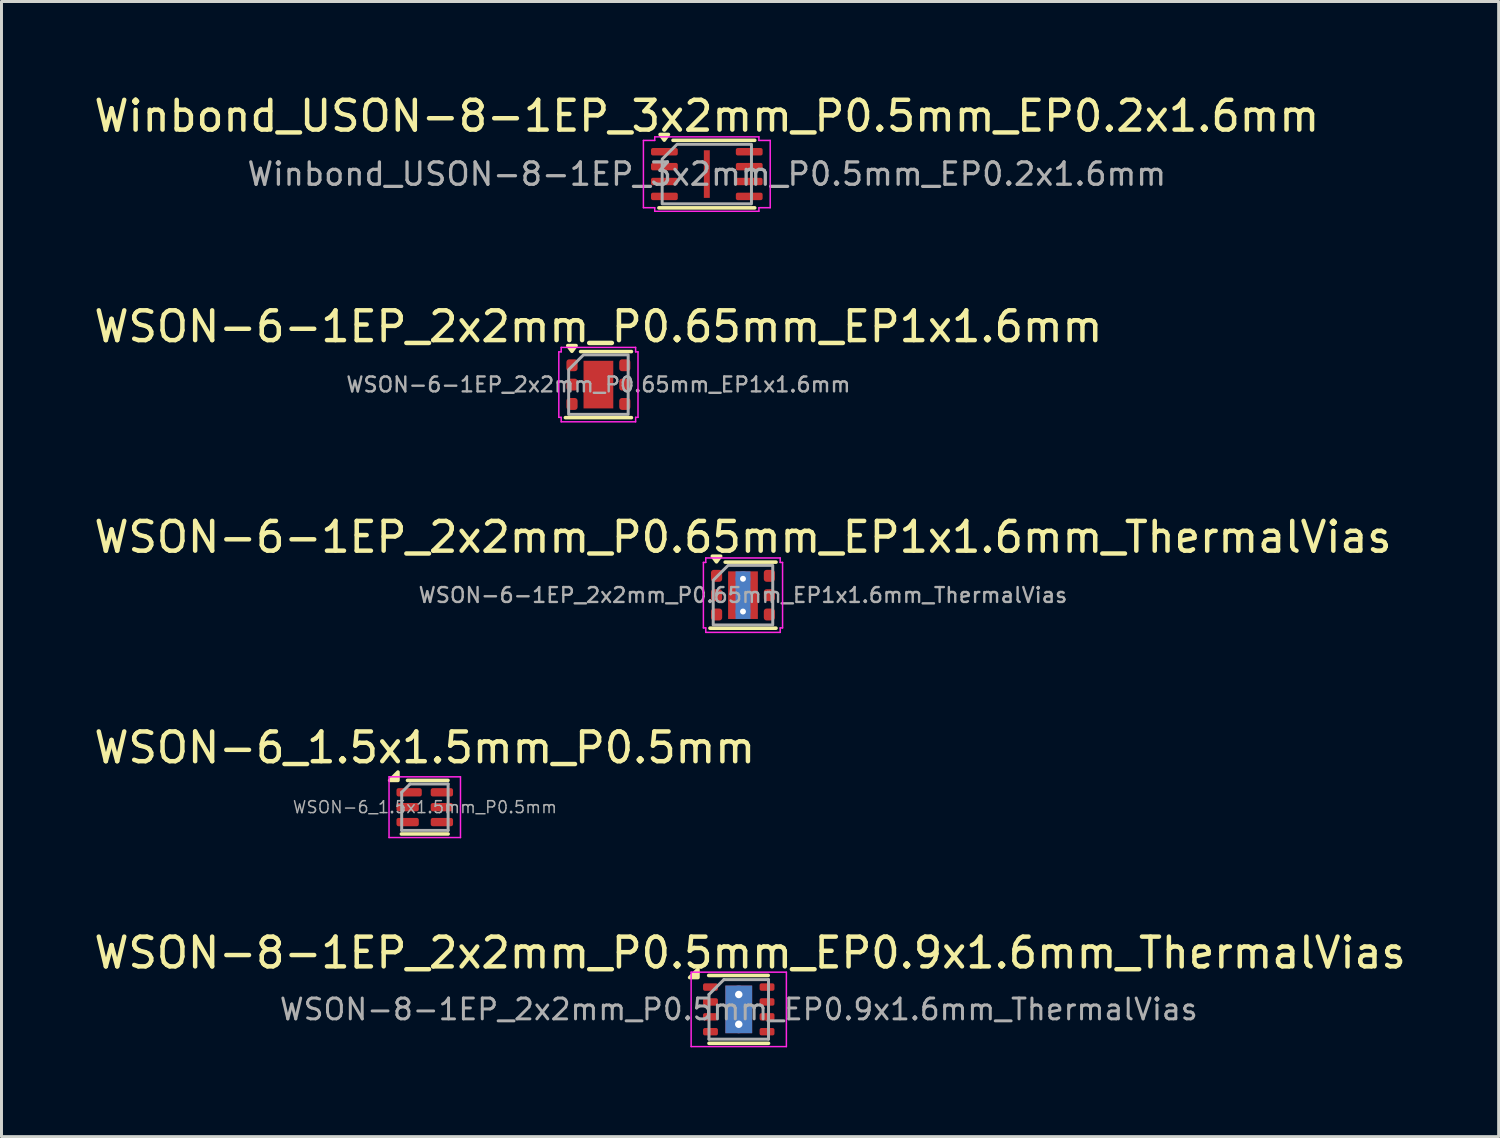
<source format=kicad_pcb>
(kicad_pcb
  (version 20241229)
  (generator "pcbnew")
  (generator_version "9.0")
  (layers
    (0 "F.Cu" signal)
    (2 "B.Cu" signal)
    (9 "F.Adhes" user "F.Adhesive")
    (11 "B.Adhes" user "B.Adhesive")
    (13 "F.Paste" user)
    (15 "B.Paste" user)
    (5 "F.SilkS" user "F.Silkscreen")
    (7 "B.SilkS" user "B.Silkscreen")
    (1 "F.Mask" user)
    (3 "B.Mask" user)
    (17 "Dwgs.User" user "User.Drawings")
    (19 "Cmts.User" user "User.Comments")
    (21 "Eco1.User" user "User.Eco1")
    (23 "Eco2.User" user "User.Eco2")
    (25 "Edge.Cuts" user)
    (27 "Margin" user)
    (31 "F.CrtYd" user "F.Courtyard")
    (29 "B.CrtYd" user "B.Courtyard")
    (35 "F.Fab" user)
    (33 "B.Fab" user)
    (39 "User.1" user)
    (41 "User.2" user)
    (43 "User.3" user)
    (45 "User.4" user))
  (footprint "Winbond_USON-8-1EP_3x2mm_P0.5mm_EP0.2x1.6mm"
    (layer "F.Cu")
    (at 20.696 2.798)
    (property "Reference" "Winbond_USON-8-1EP_3x2mm_P0.5mm_EP0.2x1.6mm" (at 0 -1.95 0) (layer "F.SilkS") (effects (font (size 1 1) (thickness 0.15))))
    (attr smd)
    (fp_line (start -1.136 -1.135) (end 1.61 -1.135) (stroke (width 0.12) (type solid)) (layer "F.SilkS"))
    (fp_line (start 1.61 1.135) (end -1.61 1.135) (stroke (width 0.12) (type solid)) (layer "F.SilkS"))
    (fp_poly (pts (xy -1.43 -1.14) (xy -1.57 -1.33) (xy -1.29 -1.33)) (stroke (width 0.12) (type solid)) (fill yes) (layer "F.SilkS"))
    (fp_line (start -2.13 -1.13) (end -1.75 -1.13) (stroke (width 0.05) (type solid)) (layer "F.CrtYd"))
    (fp_line (start -2.13 1.13) (end -2.13 -1.13) (stroke (width 0.05) (type solid)) (layer "F.CrtYd"))
    (fp_line (start -1.75 -1.25) (end 1.75 -1.25) (stroke (width 0.05) (type solid)) (layer "F.CrtYd"))
    (fp_line (start -1.75 -1.13) (end -1.75 -1.25) (stroke (width 0.05) (type solid)) (layer "F.CrtYd"))
    (fp_line (start -1.75 1.13) (end -2.13 1.13) (stroke (width 0.05) (type solid)) (layer "F.CrtYd"))
    (fp_line (start -1.75 1.25) (end -1.75 1.13) (stroke (width 0.05) (type solid)) (layer "F.CrtYd"))
    (fp_line (start 1.75 -1.25) (end 1.75 -1.13) (stroke (width 0.05) (type solid)) (layer "F.CrtYd"))
    (fp_line (start 1.75 -1.13) (end 2.13 -1.13) (stroke (width 0.05) (type solid)) (layer "F.CrtYd"))
    (fp_line (start 1.75 1.13) (end 1.75 1.25) (stroke (width 0.05) (type solid)) (layer "F.CrtYd"))
    (fp_line (start 1.75 1.25) (end -1.75 1.25) (stroke (width 0.05) (type solid)) (layer "F.CrtYd"))
    (fp_line (start 2.13 -1.13) (end 2.13 1.13) (stroke (width 0.05) (type solid)) (layer "F.CrtYd"))
    (fp_line (start 2.13 1.13) (end 1.75 1.13) (stroke (width 0.05) (type solid)) (layer "F.CrtYd"))
    (fp_poly (pts (xy -1.5 -0.5) (xy -1.5 1) (xy 1.5 1) (xy 1.5 -1) (xy -1 -1)) (stroke (width 0.1) (type solid)) (fill no) (layer "F.Fab"))
    (fp_text user "${REFERENCE}" (at 0 0 0) (layer "F.Fab") (effects (font (size 0.75 0.75) (thickness 0.11))))
    (pad "" smd roundrect (at 0 0) (size 0.16 1.29) (layers "F.Paste") (roundrect_rratio 0.25))
    (pad "1" smd roundrect (at -1.425 -0.75) (size 0.9 0.25) (layers "F.Cu" "F.Mask" "F.Paste") (roundrect_rratio 0.25))
    (pad "2" smd roundrect (at -1.425 -0.25) (size 0.9 0.25) (layers "F.Cu" "F.Mask" "F.Paste") (roundrect_rratio 0.25))
    (pad "3" smd roundrect (at -1.425 0.25) (size 0.9 0.25) (layers "F.Cu" "F.Mask" "F.Paste") (roundrect_rratio 0.25))
    (pad "4" smd roundrect (at -1.425 0.75) (size 0.9 0.25) (layers "F.Cu" "F.Mask" "F.Paste") (roundrect_rratio 0.25))
    (pad "5" smd roundrect (at 1.425 0.75) (size 0.9 0.25) (layers "F.Cu" "F.Mask" "F.Paste") (roundrect_rratio 0.25))
    (pad "6" smd roundrect (at 1.425 0.25) (size 0.9 0.25) (layers "F.Cu" "F.Mask" "F.Paste") (roundrect_rratio 0.25))
    (pad "7" smd roundrect (at 1.425 -0.25) (size 0.9 0.25) (layers "F.Cu" "F.Mask" "F.Paste") (roundrect_rratio 0.25))
    (pad "8" smd roundrect (at 1.425 -0.75) (size 0.9 0.25) (layers "F.Cu" "F.Mask" "F.Paste") (roundrect_rratio 0.25))
    (pad "9" smd rect (at 0 0) (size 0.2 1.6) (property pad_prop_heatsink) (layers "F.Cu" "F.Mask")))
  (footprint "WSON-6-1EP_2x2mm_P0.65mm_EP1x1.6mm_ThermalVias"
    (layer "F.Cu")
    (at 21.911 16.945)
    (property "Reference" "WSON-6-1EP_2x2mm_P0.65mm_EP1x1.6mm_ThermalVias" (at 0 -1.95 0) (layer "F.SilkS") (effects (font (size 1 1) (thickness 0.15))))
    (attr smd)
    (fp_line (start -0.599 -1.11) (end 1.11 -1.11) (stroke (width 0.12) (type solid)) (layer "F.SilkS"))
    (fp_line (start 1.11 1.11) (end -1.11 1.11) (stroke (width 0.12) (type solid)) (layer "F.SilkS"))
    (fp_poly (pts (xy -0.89 -1.12) (xy -1.03 -1.31) (xy -0.75 -1.31)) (stroke (width 0.12) (type solid)) (fill yes) (layer "F.SilkS"))
    (fp_line (start -1.33 -1.1) (end -1.25 -1.1) (stroke (width 0.05) (type solid)) (layer "F.CrtYd"))
    (fp_line (start -1.33 1.1) (end -1.33 -1.1) (stroke (width 0.05) (type solid)) (layer "F.CrtYd"))
    (fp_line (start -1.25 -1.25) (end 1.25 -1.25) (stroke (width 0.05) (type solid)) (layer "F.CrtYd"))
    (fp_line (start -1.25 -1.1) (end -1.25 -1.25) (stroke (width 0.05) (type solid)) (layer "F.CrtYd"))
    (fp_line (start -1.25 1.1) (end -1.33 1.1) (stroke (width 0.05) (type solid)) (layer "F.CrtYd"))
    (fp_line (start -1.25 1.25) (end -1.25 1.1) (stroke (width 0.05) (type solid)) (layer "F.CrtYd"))
    (fp_line (start 1.25 -1.25) (end 1.25 -1.1) (stroke (width 0.05) (type solid)) (layer "F.CrtYd"))
    (fp_line (start 1.25 -1.1) (end 1.33 -1.1) (stroke (width 0.05) (type solid)) (layer "F.CrtYd"))
    (fp_line (start 1.25 1.1) (end 1.25 1.25) (stroke (width 0.05) (type solid)) (layer "F.CrtYd"))
    (fp_line (start 1.25 1.25) (end -1.25 1.25) (stroke (width 0.05) (type solid)) (layer "F.CrtYd"))
    (fp_line (start 1.33 -1.1) (end 1.33 1.1) (stroke (width 0.05) (type solid)) (layer "F.CrtYd"))
    (fp_line (start 1.33 1.1) (end 1.25 1.1) (stroke (width 0.05) (type solid)) (layer "F.CrtYd"))
    (fp_poly (pts (xy -1 -0.5) (xy -1 1) (xy 1 1) (xy 1 -1) (xy -0.5 -1)) (stroke (width 0.1) (type solid)) (fill no) (layer "F.Fab"))
    (fp_text user "${REFERENCE}" (at 0 0 0) (layer "F.Fab") (effects (font (size 0.5 0.5) (thickness 0.08))))
    (pad "" smd roundrect (at 0 -0.4) (size 0.87 0.69) (layers "F.Paste") (roundrect_rratio 0.25))
    (pad "" smd roundrect (at 0 0.4) (size 0.87 0.69) (layers "F.Paste") (roundrect_rratio 0.25))
    (pad "1" smd roundrect (at -0.887 -0.65) (size 0.375 0.4) (layers "F.Cu" "F.Mask" "F.Paste") (roundrect_rratio 0.25))
    (pad "2" smd roundrect (at -0.887 0) (size 0.375 0.4) (layers "F.Cu" "F.Mask" "F.Paste") (roundrect_rratio 0.25))
    (pad "3" smd roundrect (at -0.887 0.65) (size 0.375 0.4) (layers "F.Cu" "F.Mask" "F.Paste") (roundrect_rratio 0.25))
    (pad "4" smd roundrect (at 0.887 0.65) (size 0.375 0.4) (layers "F.Cu" "F.Mask" "F.Paste") (roundrect_rratio 0.25))
    (pad "5" smd roundrect (at 0.887 0) (size 0.375 0.4) (layers "F.Cu" "F.Mask" "F.Paste") (roundrect_rratio 0.25))
    (pad "6" smd roundrect (at 0.887 -0.65) (size 0.375 0.4) (layers "F.Cu" "F.Mask" "F.Paste") (roundrect_rratio 0.25))
    (pad "7" thru_hole circle (at 0 -0.55) (size 0.5 0.5) (drill 0.2) (property pad_prop_heatsink) (layers "*.Cu"))
    (pad "7" smd rect (at 0 0) (size 0.5 1.6) (property pad_prop_heatsink) (layers "B.Cu"))
    (pad "7" smd rect (at 0 0) (size 1 1.6) (property pad_prop_heatsink) (layers "F.Cu" "F.Mask"))
    (pad "7" thru_hole circle (at 0 0.55) (size 0.5 0.5) (drill 0.2) (property pad_prop_heatsink) (layers "*.Cu")))
  (footprint "WSON-8-1EP_2x2mm_P0.5mm_EP0.9x1.6mm_ThermalVias"
    (layer "F.Cu")
    (at 21.769 30.861)
    (property "Reference" "WSON-8-1EP_2x2mm_P0.5mm_EP0.9x1.6mm_ThermalVias" (at 0.38 -1.9 0) (layer "F.SilkS") (effects (font (size 1 1) (thickness 0.15))))
    (attr smd)
    (fp_line (start -1.01 -1.14) (end 0.99 -1.14) (stroke (width 0.12) (type solid)) (layer "F.SilkS"))
    (fp_line (start -1 1.14) (end 1 1.14) (stroke (width 0.12) (type solid)) (layer "F.SilkS"))
    (fp_poly (pts (xy -1.37 -1.07) (xy -1.65 -1.07) (xy -1.37 -1.35) (xy -1.37 -1.07)) (stroke (width 0.12) (type solid)) (fill yes) (layer "F.SilkS"))
    (fp_line (start -1.6 -1.25) (end -1.6 1.25) (stroke (width 0.05) (type solid)) (layer "F.CrtYd"))
    (fp_line (start -1.6 -1.25) (end 1.6 -1.25) (stroke (width 0.05) (type solid)) (layer "F.CrtYd"))
    (fp_line (start -1.6 1.25) (end 1.6 1.25) (stroke (width 0.05) (type solid)) (layer "F.CrtYd"))
    (fp_line (start 1.6 -1.25) (end 1.6 1.25) (stroke (width 0.05) (type solid)) (layer "F.CrtYd"))
    (fp_line (start -1 1) (end -1 -0.5) (stroke (width 0.1) (type solid)) (layer "F.Fab"))
    (fp_line (start -0.5 -1) (end -1 -0.5) (stroke (width 0.1) (type solid)) (layer "F.Fab"))
    (fp_line (start -0.5 -1) (end 1 -1) (stroke (width 0.1) (type solid)) (layer "F.Fab"))
    (fp_line (start 1 -1) (end 1 1) (stroke (width 0.1) (type solid)) (layer "F.Fab"))
    (fp_line (start 1 1) (end -1 1) (stroke (width 0.1) (type solid)) (layer "F.Fab"))
    (fp_text user "${REFERENCE}" (at 0 0 0) (layer "F.Fab") (effects (font (size 0.7 0.7) (thickness 0.1))))
    (pad "" smd rect (at 0 -0.4) (size 0.75 0.65) (layers "F.Paste"))
    (pad "" smd rect (at 0 0.4) (size 0.75 0.65) (layers "F.Paste"))
    (pad "1" smd roundrect (at -0.95 -0.75) (size 0.5 0.25) (layers "F.Cu" "F.Mask" "F.Paste") (roundrect_rratio 0.25))
    (pad "2" smd roundrect (at -0.95 -0.25) (size 0.5 0.25) (layers "F.Cu" "F.Mask" "F.Paste") (roundrect_rratio 0.25))
    (pad "3" smd roundrect (at -0.95 0.25) (size 0.5 0.25) (layers "F.Cu" "F.Mask" "F.Paste") (roundrect_rratio 0.25))
    (pad "4" smd roundrect (at -0.95 0.75) (size 0.5 0.25) (layers "F.Cu" "F.Mask" "F.Paste") (roundrect_rratio 0.25))
    (pad "5" smd roundrect (at 0.95 0.75) (size 0.5 0.25) (layers "F.Cu" "F.Mask" "F.Paste") (roundrect_rratio 0.25))
    (pad "6" smd roundrect (at 0.95 0.25) (size 0.5 0.25) (layers "F.Cu" "F.Mask" "F.Paste") (roundrect_rratio 0.25))
    (pad "7" smd roundrect (at 0.95 -0.25) (size 0.5 0.25) (layers "F.Cu" "F.Mask" "F.Paste") (roundrect_rratio 0.25))
    (pad "8" smd roundrect (at 0.95 -0.75) (size 0.5 0.25) (layers "F.Cu" "F.Mask" "F.Paste") (roundrect_rratio 0.25))
    (pad "9" thru_hole circle (at 0 -0.5) (size 0.6 0.6) (drill 0.25) (property pad_prop_heatsink) (layers "*.Cu"))
    (pad "9" smd rect (at 0 0) (size 0.9 1.6) (layers "F.Cu" "F.Mask"))
    (pad "9" smd rect (at 0 0) (size 0.9 1.6) (layers "B.Cu"))
    (pad "9" thru_hole circle (at 0 0.5) (size 0.6 0.6) (drill 0.25) (property pad_prop_heatsink) (layers "*.Cu")))
  (footprint "WSON-6-1EP_2x2mm_P0.65mm_EP1x1.6mm"
    (layer "F.Cu")
    (at 17.054 9.871)
    (property "Reference" "WSON-6-1EP_2x2mm_P0.65mm_EP1x1.6mm" (at 0 -1.95 0) (layer "F.SilkS") (effects (font (size 1 1) (thickness 0.15))))
    (attr smd)
    (fp_line (start -0.599 -1.11) (end 1.11 -1.11) (stroke (width 0.12) (type solid)) (layer "F.SilkS"))
    (fp_line (start 1.11 1.11) (end -1.11 1.11) (stroke (width 0.12) (type solid)) (layer "F.SilkS"))
    (fp_poly (pts (xy -0.89 -1.12) (xy -1.03 -1.31) (xy -0.75 -1.31)) (stroke (width 0.12) (type solid)) (fill yes) (layer "F.SilkS"))
    (fp_line (start -1.33 -1.1) (end -1.25 -1.1) (stroke (width 0.05) (type solid)) (layer "F.CrtYd"))
    (fp_line (start -1.33 1.1) (end -1.33 -1.1) (stroke (width 0.05) (type solid)) (layer "F.CrtYd"))
    (fp_line (start -1.25 -1.25) (end 1.25 -1.25) (stroke (width 0.05) (type solid)) (layer "F.CrtYd"))
    (fp_line (start -1.25 -1.1) (end -1.25 -1.25) (stroke (width 0.05) (type solid)) (layer "F.CrtYd"))
    (fp_line (start -1.25 1.1) (end -1.33 1.1) (stroke (width 0.05) (type solid)) (layer "F.CrtYd"))
    (fp_line (start -1.25 1.25) (end -1.25 1.1) (stroke (width 0.05) (type solid)) (layer "F.CrtYd"))
    (fp_line (start 1.25 -1.25) (end 1.25 -1.1) (stroke (width 0.05) (type solid)) (layer "F.CrtYd"))
    (fp_line (start 1.25 -1.1) (end 1.33 -1.1) (stroke (width 0.05) (type solid)) (layer "F.CrtYd"))
    (fp_line (start 1.25 1.1) (end 1.25 1.25) (stroke (width 0.05) (type solid)) (layer "F.CrtYd"))
    (fp_line (start 1.25 1.25) (end -1.25 1.25) (stroke (width 0.05) (type solid)) (layer "F.CrtYd"))
    (fp_line (start 1.33 -1.1) (end 1.33 1.1) (stroke (width 0.05) (type solid)) (layer "F.CrtYd"))
    (fp_line (start 1.33 1.1) (end 1.25 1.1) (stroke (width 0.05) (type solid)) (layer "F.CrtYd"))
    (fp_poly (pts (xy -1 -0.5) (xy -1 1) (xy 1 1) (xy 1 -1) (xy -0.5 -1)) (stroke (width 0.1) (type solid)) (fill no) (layer "F.Fab"))
    (fp_text user "${REFERENCE}" (at 0 0 0) (layer "F.Fab") (effects (font (size 0.5 0.5) (thickness 0.08))))
    (pad "" smd roundrect (at 0 -0.4) (size 0.81 0.64) (layers "F.Paste") (roundrect_rratio 0.25))
    (pad "" smd roundrect (at 0 0.4) (size 0.81 0.64) (layers "F.Paste") (roundrect_rratio 0.25))
    (pad "1" smd roundrect (at -0.887 -0.65) (size 0.375 0.4) (layers "F.Cu" "F.Mask" "F.Paste") (roundrect_rratio 0.25))
    (pad "2" smd roundrect (at -0.887 0) (size 0.375 0.4) (layers "F.Cu" "F.Mask" "F.Paste") (roundrect_rratio 0.25))
    (pad "3" smd roundrect (at -0.887 0.65) (size 0.375 0.4) (layers "F.Cu" "F.Mask" "F.Paste") (roundrect_rratio 0.25))
    (pad "4" smd roundrect (at 0.887 0.65) (size 0.375 0.4) (layers "F.Cu" "F.Mask" "F.Paste") (roundrect_rratio 0.25))
    (pad "5" smd roundrect (at 0.887 0) (size 0.375 0.4) (layers "F.Cu" "F.Mask" "F.Paste") (roundrect_rratio 0.25))
    (pad "6" smd roundrect (at 0.887 -0.65) (size 0.375 0.4) (layers "F.Cu" "F.Mask" "F.Paste") (roundrect_rratio 0.25))
    (pad "7" smd rect (at 0 0) (size 1 1.6) (property pad_prop_heatsink) (layers "F.Cu" "F.Mask")))
  (footprint "WSON-6_1.5x1.5mm_P0.5mm"
    (layer "F.Cu")
    (at 11.22 24.068)
    (property "Reference" "WSON-6_1.5x1.5mm_P0.5mm" (at 0 -2 0) (layer "F.SilkS") (effects (font (size 1 1) (thickness 0.15))))
    (attr smd)
    (fp_line (start -0.785 0.9) (end 0.785 0.9) (stroke (width 0.12) (type solid)) (layer "F.SilkS"))
    (fp_line (start -0.58 -0.9) (end 0.78 -0.9) (stroke (width 0.12) (type solid)) (layer "F.SilkS"))
    (fp_poly (pts (xy -0.9 -0.9) (xy -1.18 -0.9) (xy -0.9 -1.18) (xy -0.9 -0.9)) (stroke (width 0.12) (type solid)) (fill yes) (layer "F.SilkS"))
    (fp_line (start -1.2 1.02) (end -1.2 -1.02) (stroke (width 0.05) (type solid)) (layer "F.CrtYd"))
    (fp_line (start -1.2 1.02) (end 1.2 1.02) (stroke (width 0.05) (type solid)) (layer "F.CrtYd"))
    (fp_line (start 1.2 -1.02) (end -1.2 -1.02) (stroke (width 0.05) (type solid)) (layer "F.CrtYd"))
    (fp_line (start 1.2 -1.02) (end 1.2 1.02) (stroke (width 0.05) (type solid)) (layer "F.CrtYd"))
    (fp_line (start -0.775 -0.5) (end -0.775 0.78) (stroke (width 0.1) (type solid)) (layer "F.Fab"))
    (fp_line (start -0.775 0.78) (end 0.785 0.78) (stroke (width 0.1) (type solid)) (layer "F.Fab"))
    (fp_line (start -0.495 -0.78) (end -0.775 -0.5) (stroke (width 0.1) (type solid)) (layer "F.Fab"))
    (fp_line (start 0.785 -0.78) (end -0.495 -0.78) (stroke (width 0.1) (type solid)) (layer "F.Fab"))
    (fp_line (start 0.785 -0.78) (end 0.785 0.78) (stroke (width 0.1) (type solid)) (layer "F.Fab"))
    (fp_text user "${REFERENCE}" (at 0.005 0 0) (layer "F.Fab") (effects (font (size 0.4 0.4) (thickness 0.05))))
    (pad "1" smd roundrect (at -0.525 -0.5 270) (size 0.28 0.85) (layers "F.Cu" "F.Mask" "F.Paste") (roundrect_rratio 0.25))
    (pad "2" smd roundrect (at -0.575 0 270) (size 0.28 0.75) (layers "F.Cu" "F.Mask" "F.Paste") (roundrect_rratio 0.25))
    (pad "3" smd roundrect (at -0.575 0.5 270) (size 0.28 0.75) (layers "F.Cu" "F.Mask" "F.Paste") (roundrect_rratio 0.25))
    (pad "4" smd roundrect (at 0.575 0.5 270) (size 0.28 0.75) (layers "F.Cu" "F.Mask" "F.Paste") (roundrect_rratio 0.25))
    (pad "5" smd roundrect (at 0.575 0 270) (size 0.28 0.75) (layers "F.Cu" "F.Mask" "F.Paste") (roundrect_rratio 0.25))
    (pad "6" smd roundrect (at 0.575 -0.5 270) (size 0.28 0.75) (layers "F.Cu" "F.Mask" "F.Paste") (roundrect_rratio 0.25)))
  (gr_rect
    (start -3 -3)
    (end 47.298 35.136)
    (stroke (width 0.1) (type default))
    (fill no)
    (layer "Edge.Cuts")))
</source>
